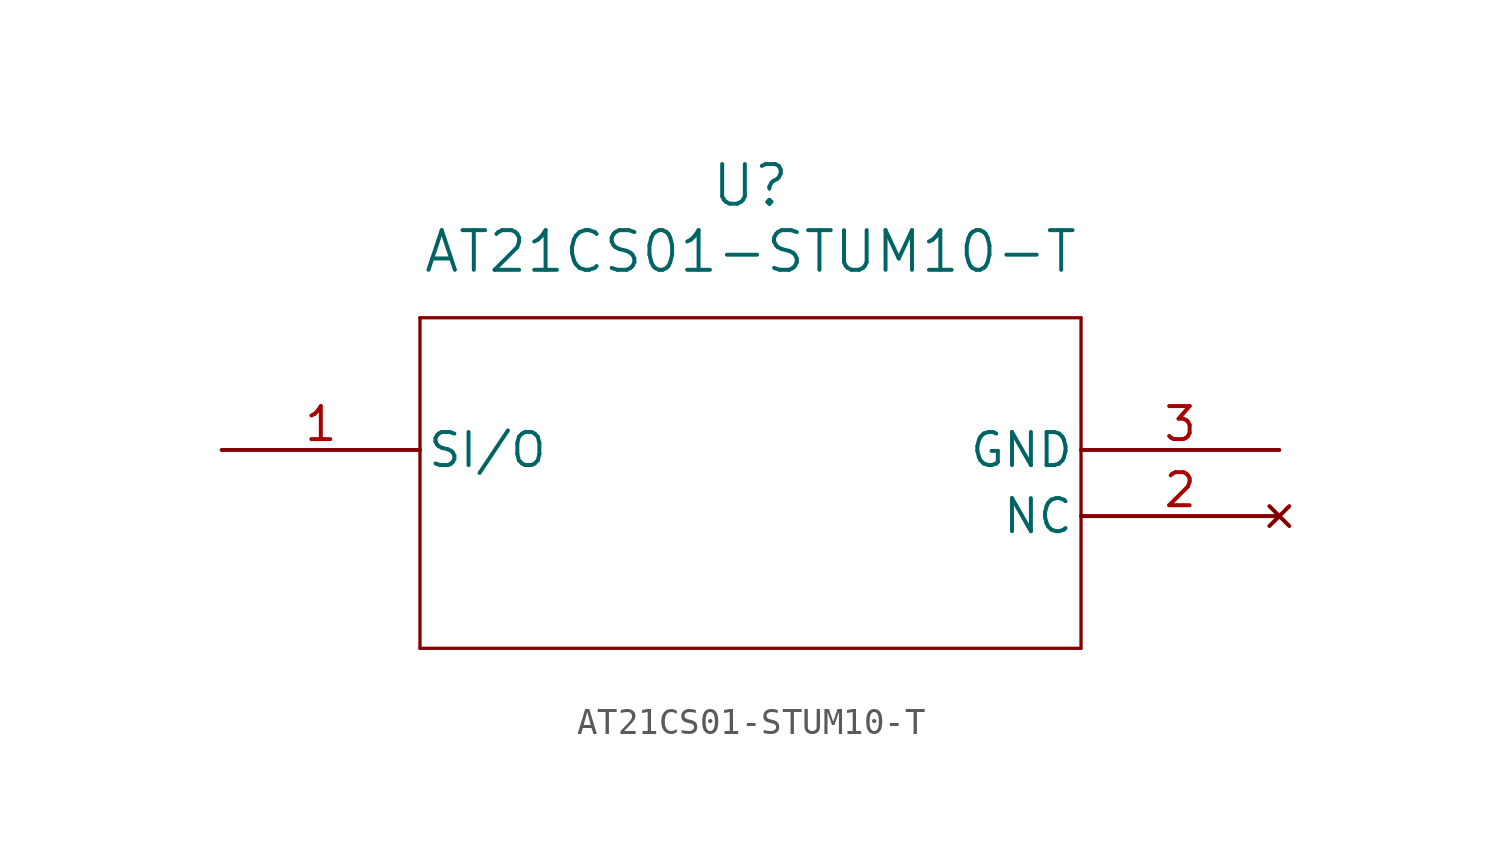
<source format=kicad_sym>
(kicad_symbol_lib
  (version 20220914)
  (generator kicad_symbol_editor)
  (symbol "AT21CS01-STUM10-T"
    (pin_names
      (offset 0.254))
    (property "Reference" "U"
      (at 20.32 10.16 0)
      (effects (font (size 1.524 1.524))))
    (property "Value" "AT21CS01-STUM10-T"
      (at 20.32 7.62 0)
      (effects (font (size 1.524 1.524))))
    (symbol "AT21CS01-STUM10-T_0_1"
      (polyline (pts (xy 7.62 -7.62) (xy 33.02 -7.62)) (stroke (width 0.127) (type default)) (fill (type none)))
      (polyline (pts (xy 7.62 5.08) (xy 7.62 -7.62)) (stroke (width 0.127) (type default)) (fill (type none)))
      (polyline (pts (xy 33.02 -7.62) (xy 33.02 5.08)) (stroke (width 0.127) (type default)) (fill (type none)))
      (polyline (pts (xy 33.02 5.08) (xy 7.62 5.08)) (stroke (width 0.127) (type default)) (fill (type none)))
      (pin unspecified line (at 0 0 0) (length 7.62) (name "SI/O" (effects (font (size 1.27 1.27)))) (number "1" (effects (font (size 1.27 1.27)))))
      (pin no_connect line (at 40.64 -2.54 180) (length 7.62) (name "NC" (effects (font (size 1.27 1.27)))) (number "2" (effects (font (size 1.27 1.27)))))
      (pin power_out line (at 40.64 0 180) (length 7.62) (name "GND" (effects (font (size 1.27 1.27)))) (number "3" (effects (font (size 1.27 1.27))))))))
</source>
